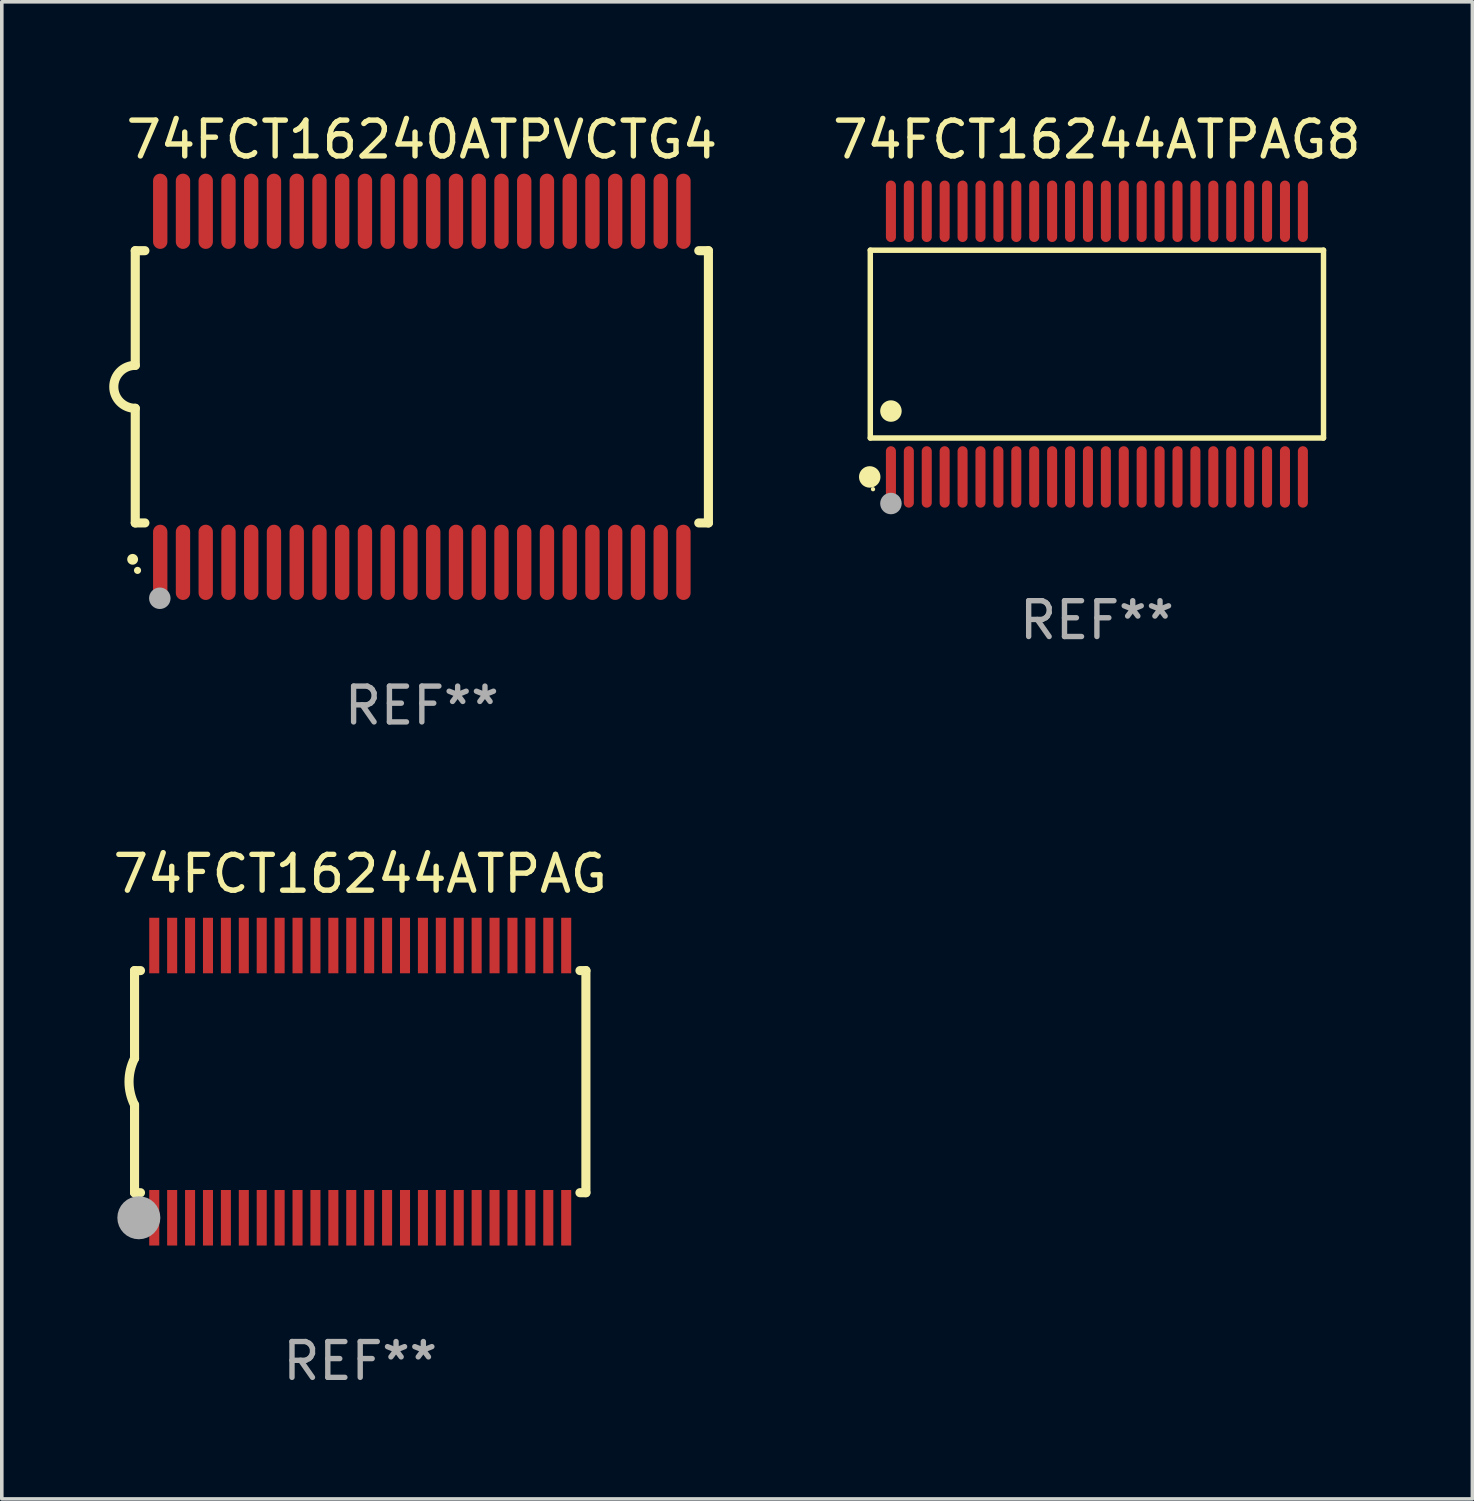
<source format=kicad_pcb>
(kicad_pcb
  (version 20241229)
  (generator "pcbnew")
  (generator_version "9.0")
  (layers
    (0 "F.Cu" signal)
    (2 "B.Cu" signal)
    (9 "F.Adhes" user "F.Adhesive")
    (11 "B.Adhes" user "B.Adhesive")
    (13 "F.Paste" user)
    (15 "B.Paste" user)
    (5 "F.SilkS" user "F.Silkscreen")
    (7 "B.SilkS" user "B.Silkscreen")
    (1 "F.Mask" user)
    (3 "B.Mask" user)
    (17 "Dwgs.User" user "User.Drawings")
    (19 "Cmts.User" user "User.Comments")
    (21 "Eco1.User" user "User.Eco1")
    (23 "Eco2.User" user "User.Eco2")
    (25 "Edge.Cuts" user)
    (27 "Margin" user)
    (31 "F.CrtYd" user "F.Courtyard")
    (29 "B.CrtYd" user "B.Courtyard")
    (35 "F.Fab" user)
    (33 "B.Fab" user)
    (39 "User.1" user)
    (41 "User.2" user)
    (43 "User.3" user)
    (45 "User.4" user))
  (footprint "74FCT16244ATPAG"
    (layer "F.Cu")
    (at 7.006 27.145)
    (property "Reference" "74FCT16244ATPAG" (at 0 -5.8 0) (layer "F.SilkS") (effects (font (size 1 1) (thickness 0.15))))
    (attr through_hole)
    (fp_line (start -6.3 -3.1) (end -6.3 -0.65) (stroke (width 0.254) (type solid)) (layer "F.SilkS"))
    (fp_line (start -6.3 -3.1) (end -6.134 -3.1) (stroke (width 0.254) (type solid)) (layer "F.SilkS"))
    (fp_line (start -6.3 3.1) (end -6.3 0.65) (stroke (width 0.254) (type solid)) (layer "F.SilkS"))
    (fp_line (start -6.3 3.1) (end -6.134 3.1) (stroke (width 0.254) (type solid)) (layer "F.SilkS"))
    (fp_line (start 6.134 -3.1) (end 6.3 -3.1) (stroke (width 0.254) (type solid)) (layer "F.SilkS"))
    (fp_line (start 6.134 3.1) (end 6.3 3.1) (stroke (width 0.254) (type solid)) (layer "F.SilkS"))
    (fp_line (start 6.3 -3.1) (end 6.3 3.1) (stroke (width 0.254) (type solid)) (layer "F.SilkS"))
    (fp_arc (start -6.301016 0.650114) (mid -6.45413 -0.000082) (end -6.3 -0.650038) (stroke (width 0.254001) (type solid)) (layer "F.SilkS"))
    (fp_circle (center -6.35 3.81) (end -6.223 3.81) (stroke (width 0.254) (type solid)) (fill no) (layer "F.SilkS"))
    (fp_circle (center -6.25 4.05) (end -6.22 4.05) (stroke (width 0.06) (type solid)) (fill no) (layer "F.SilkS"))
    (fp_circle (center -6.18 3.8) (end -5.88 3.8) (stroke (width 0.6) (type solid)) (fill no) (layer "F.Fab"))
    (fp_text user "REF**" (at 0 7.8 0) (layer "F.Fab") (effects (font (size 1 1) (thickness 0.15))))
    (pad "1" smd rect (at -5.75 3.8) (size 0.28 1.55) (layers "F.Cu" "F.Mask" "F.Paste"))
    (pad "2" smd rect (at -5.25 3.8) (size 0.28 1.55) (layers "F.Cu" "F.Mask" "F.Paste"))
    (pad "3" smd rect (at -4.75 3.8) (size 0.28 1.55) (layers "F.Cu" "F.Mask" "F.Paste"))
    (pad "4" smd rect (at -4.25 3.8) (size 0.28 1.55) (layers "F.Cu" "F.Mask" "F.Paste"))
    (pad "5" smd rect (at -3.75 3.8) (size 0.28 1.55) (layers "F.Cu" "F.Mask" "F.Paste"))
    (pad "6" smd rect (at -3.25 3.8) (size 0.28 1.55) (layers "F.Cu" "F.Mask" "F.Paste"))
    (pad "7" smd rect (at -2.75 3.8) (size 0.28 1.55) (layers "F.Cu" "F.Mask" "F.Paste"))
    (pad "8" smd rect (at -2.25 3.8) (size 0.28 1.55) (layers "F.Cu" "F.Mask" "F.Paste"))
    (pad "9" smd rect (at -1.75 3.8) (size 0.28 1.55) (layers "F.Cu" "F.Mask" "F.Paste"))
    (pad "10" smd rect (at -1.25 3.8) (size 0.28 1.55) (layers "F.Cu" "F.Mask" "F.Paste"))
    (pad "11" smd rect (at -0.75 3.8) (size 0.28 1.55) (layers "F.Cu" "F.Mask" "F.Paste"))
    (pad "12" smd rect (at -0.25 3.8) (size 0.28 1.55) (layers "F.Cu" "F.Mask" "F.Paste"))
    (pad "13" smd rect (at 0.25 3.8) (size 0.28 1.55) (layers "F.Cu" "F.Mask" "F.Paste"))
    (pad "14" smd rect (at 0.75 3.8) (size 0.28 1.55) (layers "F.Cu" "F.Mask" "F.Paste"))
    (pad "15" smd rect (at 1.25 3.8) (size 0.28 1.55) (layers "F.Cu" "F.Mask" "F.Paste"))
    (pad "16" smd rect (at 1.75 3.8) (size 0.28 1.55) (layers "F.Cu" "F.Mask" "F.Paste"))
    (pad "17" smd rect (at 2.25 3.8) (size 0.28 1.55) (layers "F.Cu" "F.Mask" "F.Paste"))
    (pad "18" smd rect (at 2.75 3.8) (size 0.28 1.55) (layers "F.Cu" "F.Mask" "F.Paste"))
    (pad "19" smd rect (at 3.25 3.8) (size 0.28 1.55) (layers "F.Cu" "F.Mask" "F.Paste"))
    (pad "20" smd rect (at 3.75 3.8) (size 0.28 1.55) (layers "F.Cu" "F.Mask" "F.Paste"))
    (pad "21" smd rect (at 4.25 3.8) (size 0.28 1.55) (layers "F.Cu" "F.Mask" "F.Paste"))
    (pad "22" smd rect (at 4.75 3.8) (size 0.28 1.55) (layers "F.Cu" "F.Mask" "F.Paste"))
    (pad "23" smd rect (at 5.25 3.8) (size 0.28 1.55) (layers "F.Cu" "F.Mask" "F.Paste"))
    (pad "24" smd rect (at 5.75 3.8) (size 0.28 1.55) (layers "F.Cu" "F.Mask" "F.Paste"))
    (pad "25" smd rect (at 5.75 -3.8) (size 0.28 1.55) (layers "F.Cu" "F.Mask" "F.Paste"))
    (pad "26" smd rect (at 5.25 -3.8) (size 0.28 1.55) (layers "F.Cu" "F.Mask" "F.Paste"))
    (pad "27" smd rect (at 4.75 -3.8) (size 0.28 1.55) (layers "F.Cu" "F.Mask" "F.Paste"))
    (pad "28" smd rect (at 4.25 -3.8) (size 0.28 1.55) (layers "F.Cu" "F.Mask" "F.Paste"))
    (pad "29" smd rect (at 3.75 -3.8) (size 0.28 1.55) (layers "F.Cu" "F.Mask" "F.Paste"))
    (pad "30" smd rect (at 3.25 -3.8) (size 0.28 1.55) (layers "F.Cu" "F.Mask" "F.Paste"))
    (pad "31" smd rect (at 2.75 -3.8) (size 0.28 1.55) (layers "F.Cu" "F.Mask" "F.Paste"))
    (pad "32" smd rect (at 2.25 -3.8) (size 0.28 1.55) (layers "F.Cu" "F.Mask" "F.Paste"))
    (pad "33" smd rect (at 1.75 -3.8) (size 0.28 1.55) (layers "F.Cu" "F.Mask" "F.Paste"))
    (pad "34" smd rect (at 1.25 -3.8) (size 0.28 1.55) (layers "F.Cu" "F.Mask" "F.Paste"))
    (pad "35" smd rect (at 0.75 -3.8) (size 0.28 1.55) (layers "F.Cu" "F.Mask" "F.Paste"))
    (pad "36" smd rect (at 0.25 -3.8) (size 0.28 1.55) (layers "F.Cu" "F.Mask" "F.Paste"))
    (pad "37" smd rect (at -0.25 -3.8) (size 0.28 1.55) (layers "F.Cu" "F.Mask" "F.Paste"))
    (pad "38" smd rect (at -0.75 -3.8) (size 0.28 1.55) (layers "F.Cu" "F.Mask" "F.Paste"))
    (pad "39" smd rect (at -1.25 -3.8) (size 0.28 1.55) (layers "F.Cu" "F.Mask" "F.Paste"))
    (pad "40" smd rect (at -1.75 -3.8) (size 0.28 1.55) (layers "F.Cu" "F.Mask" "F.Paste"))
    (pad "41" smd rect (at -2.25 -3.8) (size 0.28 1.55) (layers "F.Cu" "F.Mask" "F.Paste"))
    (pad "42" smd rect (at -2.75 -3.8) (size 0.28 1.55) (layers "F.Cu" "F.Mask" "F.Paste"))
    (pad "43" smd rect (at -3.25 -3.8) (size 0.28 1.55) (layers "F.Cu" "F.Mask" "F.Paste"))
    (pad "44" smd rect (at -3.75 -3.8) (size 0.28 1.55) (layers "F.Cu" "F.Mask" "F.Paste"))
    (pad "45" smd rect (at -4.25 -3.8) (size 0.28 1.55) (layers "F.Cu" "F.Mask" "F.Paste"))
    (pad "46" smd rect (at -4.75 -3.8) (size 0.28 1.55) (layers "F.Cu" "F.Mask" "F.Paste"))
    (pad "47" smd rect (at -5.25 -3.8) (size 0.28 1.55) (layers "F.Cu" "F.Mask" "F.Paste"))
    (pad "48" smd rect (at -5.75 -3.8) (size 0.28 1.55) (layers "F.Cu" "F.Mask" "F.Paste")))
  (footprint "74FCT16244ATPAG8"
    (layer "F.Cu")
    (at 27.571 6.556)
    (property "Reference" "74FCT16244ATPAG8" (at 0 -5.708 0) (layer "F.SilkS") (effects (font (size 1 1) (thickness 0.15))))
    (attr through_hole)
    (fp_line (start -6.326 -2.622) (end 6.326 -2.622) (stroke (width 0.152) (type solid)) (layer "F.SilkS"))
    (fp_line (start -6.326 2.621) (end -6.326 -2.622) (stroke (width 0.152) (type solid)) (layer "F.SilkS"))
    (fp_line (start 6.326 -2.622) (end 6.326 2.621) (stroke (width 0.152) (type solid)) (layer "F.SilkS"))
    (fp_line (start 6.326 2.621) (end -6.326 2.621) (stroke (width 0.152) (type solid)) (layer "F.SilkS"))
    (fp_circle (center -6.342 3.708) (end -6.192 3.708) (stroke (width 0.3) (type solid)) (fill no) (layer "F.SilkS"))
    (fp_circle (center -6.25 4.05) (end -6.22 4.05) (stroke (width 0.06) (type solid)) (fill no) (layer "F.SilkS"))
    (fp_circle (center -5.75 1.869) (end -5.6 1.869) (stroke (width 0.3) (type solid)) (fill no) (layer "F.SilkS"))
    (fp_circle (center -5.75 4.45) (end -5.6 4.45) (stroke (width 0.3) (type solid)) (fill no) (layer "F.Fab"))
    (fp_text user "REF**" (at 0 7.708 0) (layer "F.Fab") (effects (font (size 1 1) (thickness 0.15))))
    (pad "1" smd oval (at -5.75 3.708) (size 0.28 1.715) (layers "F.Cu" "F.Mask" "F.Paste"))
    (pad "2" smd oval (at -5.25 3.708) (size 0.28 1.715) (layers "F.Cu" "F.Mask" "F.Paste"))
    (pad "3" smd oval (at -4.75 3.708) (size 0.28 1.715) (layers "F.Cu" "F.Mask" "F.Paste"))
    (pad "4" smd oval (at -4.25 3.708) (size 0.28 1.715) (layers "F.Cu" "F.Mask" "F.Paste"))
    (pad "5" smd oval (at -3.75 3.708) (size 0.28 1.715) (layers "F.Cu" "F.Mask" "F.Paste"))
    (pad "6" smd oval (at -3.25 3.708) (size 0.28 1.715) (layers "F.Cu" "F.Mask" "F.Paste"))
    (pad "7" smd oval (at -2.75 3.708) (size 0.28 1.715) (layers "F.Cu" "F.Mask" "F.Paste"))
    (pad "8" smd oval (at -2.25 3.708) (size 0.28 1.715) (layers "F.Cu" "F.Mask" "F.Paste"))
    (pad "9" smd oval (at -1.75 3.708) (size 0.28 1.715) (layers "F.Cu" "F.Mask" "F.Paste"))
    (pad "10" smd oval (at -1.25 3.708) (size 0.28 1.715) (layers "F.Cu" "F.Mask" "F.Paste"))
    (pad "11" smd oval (at -0.75 3.708) (size 0.28 1.715) (layers "F.Cu" "F.Mask" "F.Paste"))
    (pad "12" smd oval (at -0.25 3.708) (size 0.28 1.715) (layers "F.Cu" "F.Mask" "F.Paste"))
    (pad "13" smd oval (at 0.25 3.708) (size 0.28 1.715) (layers "F.Cu" "F.Mask" "F.Paste"))
    (pad "14" smd oval (at 0.75 3.708) (size 0.28 1.715) (layers "F.Cu" "F.Mask" "F.Paste"))
    (pad "15" smd oval (at 1.25 3.708) (size 0.28 1.715) (layers "F.Cu" "F.Mask" "F.Paste"))
    (pad "16" smd oval (at 1.75 3.708) (size 0.28 1.715) (layers "F.Cu" "F.Mask" "F.Paste"))
    (pad "17" smd oval (at 2.25 3.708) (size 0.28 1.715) (layers "F.Cu" "F.Mask" "F.Paste"))
    (pad "18" smd oval (at 2.75 3.708) (size 0.28 1.715) (layers "F.Cu" "F.Mask" "F.Paste"))
    (pad "19" smd oval (at 3.25 3.708) (size 0.28 1.715) (layers "F.Cu" "F.Mask" "F.Paste"))
    (pad "20" smd oval (at 3.75 3.708) (size 0.28 1.715) (layers "F.Cu" "F.Mask" "F.Paste"))
    (pad "21" smd oval (at 4.25 3.708) (size 0.28 1.715) (layers "F.Cu" "F.Mask" "F.Paste"))
    (pad "22" smd oval (at 4.75 3.708) (size 0.28 1.715) (layers "F.Cu" "F.Mask" "F.Paste"))
    (pad "23" smd oval (at 5.25 3.708) (size 0.28 1.715) (layers "F.Cu" "F.Mask" "F.Paste"))
    (pad "24" smd oval (at 5.75 3.708) (size 0.28 1.715) (layers "F.Cu" "F.Mask" "F.Paste"))
    (pad "25" smd oval (at 5.75 -3.708) (size 0.28 1.715) (layers "F.Cu" "F.Mask" "F.Paste"))
    (pad "26" smd oval (at 5.25 -3.708) (size 0.28 1.715) (layers "F.Cu" "F.Mask" "F.Paste"))
    (pad "27" smd oval (at 4.75 -3.708) (size 0.28 1.715) (layers "F.Cu" "F.Mask" "F.Paste"))
    (pad "28" smd oval (at 4.25 -3.708) (size 0.28 1.715) (layers "F.Cu" "F.Mask" "F.Paste"))
    (pad "29" smd oval (at 3.75 -3.708) (size 0.28 1.715) (layers "F.Cu" "F.Mask" "F.Paste"))
    (pad "30" smd oval (at 3.25 -3.708) (size 0.28 1.715) (layers "F.Cu" "F.Mask" "F.Paste"))
    (pad "31" smd oval (at 2.75 -3.708) (size 0.28 1.715) (layers "F.Cu" "F.Mask" "F.Paste"))
    (pad "32" smd oval (at 2.25 -3.708) (size 0.28 1.715) (layers "F.Cu" "F.Mask" "F.Paste"))
    (pad "33" smd oval (at 1.75 -3.708) (size 0.28 1.715) (layers "F.Cu" "F.Mask" "F.Paste"))
    (pad "34" smd oval (at 1.25 -3.708) (size 0.28 1.715) (layers "F.Cu" "F.Mask" "F.Paste"))
    (pad "35" smd oval (at 0.75 -3.708) (size 0.28 1.715) (layers "F.Cu" "F.Mask" "F.Paste"))
    (pad "36" smd oval (at 0.25 -3.708) (size 0.28 1.715) (layers "F.Cu" "F.Mask" "F.Paste"))
    (pad "37" smd oval (at -0.25 -3.708) (size 0.28 1.715) (layers "F.Cu" "F.Mask" "F.Paste"))
    (pad "38" smd oval (at -0.75 -3.708) (size 0.28 1.715) (layers "F.Cu" "F.Mask" "F.Paste"))
    (pad "39" smd oval (at -1.25 -3.708) (size 0.28 1.715) (layers "F.Cu" "F.Mask" "F.Paste"))
    (pad "40" smd oval (at -1.75 -3.708) (size 0.28 1.715) (layers "F.Cu" "F.Mask" "F.Paste"))
    (pad "41" smd oval (at -2.25 -3.708) (size 0.28 1.715) (layers "F.Cu" "F.Mask" "F.Paste"))
    (pad "42" smd oval (at -2.75 -3.708) (size 0.28 1.715) (layers "F.Cu" "F.Mask" "F.Paste"))
    (pad "43" smd oval (at -3.25 -3.708) (size 0.28 1.715) (layers "F.Cu" "F.Mask" "F.Paste"))
    (pad "44" smd oval (at -3.75 -3.708) (size 0.28 1.715) (layers "F.Cu" "F.Mask" "F.Paste"))
    (pad "45" smd oval (at -4.25 -3.708) (size 0.28 1.715) (layers "F.Cu" "F.Mask" "F.Paste"))
    (pad "46" smd oval (at -4.75 -3.708) (size 0.28 1.715) (layers "F.Cu" "F.Mask" "F.Paste"))
    (pad "47" smd oval (at -5.25 -3.708) (size 0.28 1.715) (layers "F.Cu" "F.Mask" "F.Paste"))
    (pad "48" smd oval (at -5.75 -3.708) (size 0.28 1.715) (layers "F.Cu" "F.Mask" "F.Paste")))
  (footprint "74FCT16240ATPVCTG4"
    (layer "F.Cu")
    (at 8.726 7.748)
    (property "Reference" "74FCT16240ATPVCTG4" (at 0 -6.9 0) (layer "F.SilkS") (effects (font (size 1 1) (thickness 0.15))))
    (attr through_hole)
    (fp_line (start -8 -3.8) (end -8 -0.599) (stroke (width 0.254) (type solid)) (layer "F.SilkS"))
    (fp_line (start -8 -3.8) (end -7.731 -3.8) (stroke (width 0.254) (type solid)) (layer "F.SilkS"))
    (fp_line (start -8 3.8) (end -8 0.599) (stroke (width 0.254) (type solid)) (layer "F.SilkS"))
    (fp_line (start -7.731 3.8) (end -8 3.8) (stroke (width 0.254) (type solid)) (layer "F.SilkS"))
    (fp_line (start 7.731 -3.8) (end 8 -3.8) (stroke (width 0.254) (type solid)) (layer "F.SilkS"))
    (fp_line (start 8 -3.8) (end 8 3.8) (stroke (width 0.254) (type solid)) (layer "F.SilkS"))
    (fp_line (start 8 3.8) (end 7.731 3.8) (stroke (width 0.254) (type solid)) (layer "F.SilkS"))
    (fp_arc (start -8.074676 4.81585) (mid -8.073406 4.815845) (end -8.072136 4.81585) (stroke (width 0.3) (type solid)) (layer "F.SilkS"))
    (fp_arc (start -8.000025 0.6) (mid -8.598908 0.00056) (end -8.000027 -0.598882) (stroke (width 0.254001) (type solid)) (layer "F.SilkS"))
    (fp_circle (center -7.937 5.125) (end -7.887 5.125) (stroke (width 0.1) (type solid)) (fill no) (layer "F.SilkS"))
    (fp_circle (center -7.315 5.903) (end -7.165 5.903) (stroke (width 0.3) (type solid)) (fill no) (layer "F.Fab"))
    (fp_text user "REF**" (at 0 8.9 0) (layer "F.Fab") (effects (font (size 1 1) (thickness 0.15))))
    (pad "1" smd oval (at -7.303 4.9) (size 0.4 2.1) (layers "F.Cu" "F.Mask" "F.Paste"))
    (pad "2" smd oval (at -6.668 4.9) (size 0.4 2.1) (layers "F.Cu" "F.Mask" "F.Paste"))
    (pad "3" smd oval (at -6.033 4.9) (size 0.4 2.1) (layers "F.Cu" "F.Mask" "F.Paste"))
    (pad "4" smd oval (at -5.398 4.9) (size 0.4 2.1) (layers "F.Cu" "F.Mask" "F.Paste"))
    (pad "5" smd oval (at -4.763 4.9) (size 0.4 2.1) (layers "F.Cu" "F.Mask" "F.Paste"))
    (pad "6" smd oval (at -4.128 4.9) (size 0.4 2.1) (layers "F.Cu" "F.Mask" "F.Paste"))
    (pad "7" smd oval (at -3.493 4.9) (size 0.4 2.1) (layers "F.Cu" "F.Mask" "F.Paste"))
    (pad "8" smd oval (at -2.858 4.9) (size 0.4 2.1) (layers "F.Cu" "F.Mask" "F.Paste"))
    (pad "9" smd oval (at -2.223 4.9) (size 0.4 2.1) (layers "F.Cu" "F.Mask" "F.Paste"))
    (pad "10" smd oval (at -1.588 4.9) (size 0.4 2.1) (layers "F.Cu" "F.Mask" "F.Paste"))
    (pad "11" smd oval (at -0.953 4.9) (size 0.4 2.1) (layers "F.Cu" "F.Mask" "F.Paste"))
    (pad "12" smd oval (at -0.318 4.9) (size 0.4 2.1) (layers "F.Cu" "F.Mask" "F.Paste"))
    (pad "13" smd oval (at 0.318 4.9) (size 0.4 2.1) (layers "F.Cu" "F.Mask" "F.Paste"))
    (pad "14" smd oval (at 0.953 4.9) (size 0.4 2.1) (layers "F.Cu" "F.Mask" "F.Paste"))
    (pad "15" smd oval (at 1.588 4.9) (size 0.4 2.1) (layers "F.Cu" "F.Mask" "F.Paste"))
    (pad "16" smd oval (at 2.223 4.9) (size 0.4 2.1) (layers "F.Cu" "F.Mask" "F.Paste"))
    (pad "17" smd oval (at 2.858 4.9) (size 0.4 2.1) (layers "F.Cu" "F.Mask" "F.Paste"))
    (pad "18" smd oval (at 3.493 4.9) (size 0.4 2.1) (layers "F.Cu" "F.Mask" "F.Paste"))
    (pad "19" smd oval (at 4.128 4.9) (size 0.4 2.1) (layers "F.Cu" "F.Mask" "F.Paste"))
    (pad "20" smd oval (at 4.763 4.9) (size 0.4 2.1) (layers "F.Cu" "F.Mask" "F.Paste"))
    (pad "21" smd oval (at 5.398 4.9) (size 0.4 2.1) (layers "F.Cu" "F.Mask" "F.Paste"))
    (pad "22" smd oval (at 6.033 4.9) (size 0.4 2.1) (layers "F.Cu" "F.Mask" "F.Paste"))
    (pad "23" smd oval (at 6.668 4.9) (size 0.4 2.1) (layers "F.Cu" "F.Mask" "F.Paste"))
    (pad "24" smd oval (at 7.303 4.9) (size 0.4 2.1) (layers "F.Cu" "F.Mask" "F.Paste"))
    (pad "25" smd oval (at 7.303 -4.9 180) (size 0.4 2.1) (layers "F.Cu" "F.Mask" "F.Paste"))
    (pad "26" smd oval (at 6.668 -4.9 180) (size 0.4 2.1) (layers "F.Cu" "F.Mask" "F.Paste"))
    (pad "27" smd oval (at 6.033 -4.9 180) (size 0.4 2.1) (layers "F.Cu" "F.Mask" "F.Paste"))
    (pad "28" smd oval (at 5.398 -4.9 180) (size 0.4 2.1) (layers "F.Cu" "F.Mask" "F.Paste"))
    (pad "29" smd oval (at 4.763 -4.9 180) (size 0.4 2.1) (layers "F.Cu" "F.Mask" "F.Paste"))
    (pad "30" smd oval (at 4.128 -4.9 180) (size 0.4 2.1) (layers "F.Cu" "F.Mask" "F.Paste"))
    (pad "31" smd oval (at 3.493 -4.9 180) (size 0.4 2.1) (layers "F.Cu" "F.Mask" "F.Paste"))
    (pad "32" smd oval (at 2.858 -4.9 180) (size 0.4 2.1) (layers "F.Cu" "F.Mask" "F.Paste"))
    (pad "33" smd oval (at 2.223 -4.9 180) (size 0.4 2.1) (layers "F.Cu" "F.Mask" "F.Paste"))
    (pad "34" smd oval (at 1.588 -4.9 180) (size 0.4 2.1) (layers "F.Cu" "F.Mask" "F.Paste"))
    (pad "35" smd oval (at 0.953 -4.9 180) (size 0.4 2.1) (layers "F.Cu" "F.Mask" "F.Paste"))
    (pad "36" smd oval (at 0.318 -4.9 180) (size 0.4 2.1) (layers "F.Cu" "F.Mask" "F.Paste"))
    (pad "37" smd oval (at -0.318 -4.9 180) (size 0.4 2.1) (layers "F.Cu" "F.Mask" "F.Paste"))
    (pad "38" smd oval (at -0.953 -4.9 180) (size 0.4 2.1) (layers "F.Cu" "F.Mask" "F.Paste"))
    (pad "39" smd oval (at -1.588 -4.9 180) (size 0.4 2.1) (layers "F.Cu" "F.Mask" "F.Paste"))
    (pad "40" smd oval (at -2.223 -4.9 180) (size 0.4 2.1) (layers "F.Cu" "F.Mask" "F.Paste"))
    (pad "41" smd oval (at -2.858 -4.9 180) (size 0.4 2.1) (layers "F.Cu" "F.Mask" "F.Paste"))
    (pad "42" smd oval (at -3.493 -4.9 180) (size 0.4 2.1) (layers "F.Cu" "F.Mask" "F.Paste"))
    (pad "43" smd oval (at -4.128 -4.9 180) (size 0.4 2.1) (layers "F.Cu" "F.Mask" "F.Paste"))
    (pad "44" smd oval (at -4.763 -4.9 180) (size 0.4 2.1) (layers "F.Cu" "F.Mask" "F.Paste"))
    (pad "45" smd oval (at -5.398 -4.9 180) (size 0.4 2.1) (layers "F.Cu" "F.Mask" "F.Paste"))
    (pad "46" smd oval (at -6.033 -4.9 180) (size 0.4 2.1) (layers "F.Cu" "F.Mask" "F.Paste"))
    (pad "47" smd oval (at -6.668 -4.9 180) (size 0.4 2.1) (layers "F.Cu" "F.Mask" "F.Paste"))
    (pad "48" smd oval (at -7.303 -4.9 180) (size 0.4 2.1) (layers "F.Cu" "F.Mask" "F.Paste")))
  (gr_rect
    (start -3 -3)
    (end 38.053 38.793)
    (stroke (width 0.1) (type default))
    (fill no)
    (layer "Edge.Cuts")))
</source>
